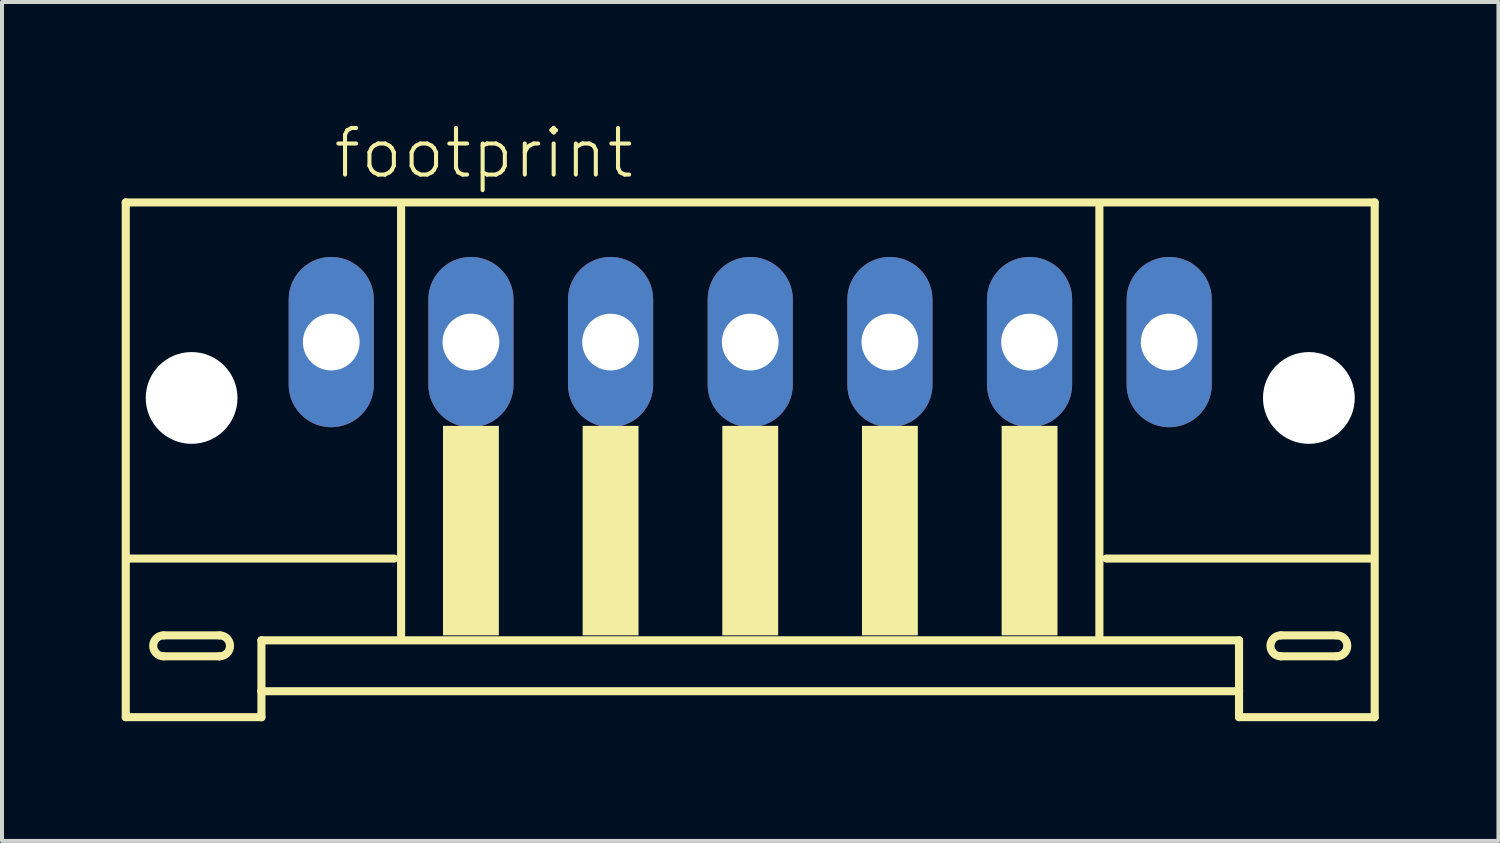
<source format=kicad_pcb>
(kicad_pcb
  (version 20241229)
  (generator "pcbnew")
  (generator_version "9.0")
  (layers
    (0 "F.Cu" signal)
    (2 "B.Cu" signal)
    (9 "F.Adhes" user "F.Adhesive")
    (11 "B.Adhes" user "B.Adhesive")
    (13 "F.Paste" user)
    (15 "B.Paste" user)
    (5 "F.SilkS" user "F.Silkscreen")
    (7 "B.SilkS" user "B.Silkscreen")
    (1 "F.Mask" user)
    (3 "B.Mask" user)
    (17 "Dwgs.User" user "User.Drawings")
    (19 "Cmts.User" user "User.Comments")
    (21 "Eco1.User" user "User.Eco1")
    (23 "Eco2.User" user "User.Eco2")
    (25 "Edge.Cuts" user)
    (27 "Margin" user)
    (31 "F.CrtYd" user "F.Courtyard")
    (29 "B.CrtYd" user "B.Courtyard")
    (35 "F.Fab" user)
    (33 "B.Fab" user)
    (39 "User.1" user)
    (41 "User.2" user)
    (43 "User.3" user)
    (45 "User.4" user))
  (footprint "footprint"
    (layer "F.Cu")
    (at 15.752 7.273)
    (property "Reference" "footprint" (at -10.5 -5.8 0) (layer "F.SilkS") (effects (font (size 1.168 1.168) (thickness 0.102)) (justify left bottom)))
    (fp_line (start -15.65 -5.25) (end -15.65 7.65) (stroke (width 0.203) (type solid)) (layer "F.SilkS"))
    (fp_line (start -15.65 7.65) (end -12.25 7.65) (stroke (width 0.203) (type solid)) (layer "F.SilkS"))
    (fp_line (start -14.7 5.6) (end -13.3 5.6) (stroke (width 0.203) (type solid)) (layer "F.SilkS"))
    (fp_line (start -13.3 6.125) (end -14.7 6.125) (stroke (width 0.203) (type solid)) (layer "F.SilkS"))
    (fp_line (start -12.25 5.725) (end 12.25 5.725) (stroke (width 0.203) (type solid)) (layer "F.SilkS"))
    (fp_line (start -12.25 7) (end -12.25 5.725) (stroke (width 0.203) (type solid)) (layer "F.SilkS"))
    (fp_line (start -12.25 7) (end 12.25 7) (stroke (width 0.203) (type solid)) (layer "F.SilkS"))
    (fp_line (start -12.25 7.65) (end -12.25 7) (stroke (width 0.203) (type solid)) (layer "F.SilkS"))
    (fp_line (start -8.925 3.675) (end -15.575 3.675) (stroke (width 0.203) (type solid)) (layer "F.SilkS"))
    (fp_line (start -8.75 -5.125) (end -8.75 5.6) (stroke (width 0.203) (type solid)) (layer "F.SilkS"))
    (fp_line (start 8.75 5.6) (end 8.75 -5.125) (stroke (width 0.203) (type solid)) (layer "F.SilkS"))
    (fp_line (start 12.25 5.725) (end 12.25 7) (stroke (width 0.203) (type solid)) (layer "F.SilkS"))
    (fp_line (start 12.25 7) (end 12.25 7.65) (stroke (width 0.203) (type solid)) (layer "F.SilkS"))
    (fp_line (start 12.25 7.65) (end 15.65 7.65) (stroke (width 0.203) (type solid)) (layer "F.SilkS"))
    (fp_line (start 13.3 5.6) (end 14.7 5.6) (stroke (width 0.203) (type solid)) (layer "F.SilkS"))
    (fp_line (start 14.7 6.125) (end 13.3 6.125) (stroke (width 0.203) (type solid)) (layer "F.SilkS"))
    (fp_line (start 15.575 3.675) (end 8.925 3.675) (stroke (width 0.203) (type solid)) (layer "F.SilkS"))
    (fp_line (start 15.65 -5.25) (end -15.65 -5.25) (stroke (width 0.203) (type solid)) (layer "F.SilkS"))
    (fp_line (start 15.65 7.65) (end 15.65 -5.25) (stroke (width 0.203) (type solid)) (layer "F.SilkS"))
    (fp_arc (start -14.7 6.125) (mid -14.9625 5.8625) (end -14.7 5.6) (stroke (width 0.2032) (type solid)) (layer "F.SilkS"))
    (fp_arc (start -13.3 5.6) (mid -13.0375 5.8625) (end -13.3 6.125) (stroke (width 0.2032) (type solid)) (layer "F.SilkS"))
    (fp_arc (start 13.3 6.125) (mid 13.0375 5.8625) (end 13.3 5.6) (stroke (width 0.2032) (type solid)) (layer "F.SilkS"))
    (fp_arc (start 14.7 5.6) (mid 14.9625 5.8625) (end 14.7 6.125) (stroke (width 0.2032) (type solid)) (layer "F.SilkS"))
    (fp_poly (pts (xy -7.7 5.6) (xy -6.3 5.6) (xy -6.3 0.35) (xy -7.7 0.35)) (stroke (width 0) (type solid)) (fill yes) (layer "F.SilkS"))
    (fp_poly (pts (xy -4.2 5.6) (xy -2.8 5.6) (xy -2.8 0.35) (xy -4.2 0.35)) (stroke (width 0) (type solid)) (fill yes) (layer "F.SilkS"))
    (fp_poly (pts (xy -0.7 5.6) (xy 0.7 5.6) (xy 0.7 0.35) (xy -0.7 0.35)) (stroke (width 0) (type solid)) (fill yes) (layer "F.SilkS"))
    (fp_poly (pts (xy 2.8 5.6) (xy 4.2 5.6) (xy 4.2 0.35) (xy 2.8 0.35)) (stroke (width 0) (type solid)) (fill yes) (layer "F.SilkS"))
    (fp_poly (pts (xy 6.3 5.6) (xy 7.7 5.6) (xy 7.7 0.35) (xy 6.3 0.35)) (stroke (width 0) (type solid)) (fill yes) (layer "F.SilkS"))
    (pad "" np_thru_hole circle (at -14 -0.35) (size 2.3 2.3) (drill 2.3) (layers "*.Cu" "*.Mask"))
    (pad "" np_thru_hole circle (at 14 -0.35) (size 2.3 2.3) (drill 2.3) (layers "*.Cu" "*.Mask"))
    (pad "1" thru_hole oval (at -10.5 -1.75 90) (size 4.267 2.134) (drill 1.422) (layers "*.Cu" "*.Mask"))
    (pad "2" thru_hole oval (at -7 -1.75 90) (size 4.267 2.134) (drill 1.422) (layers "*.Cu" "*.Mask"))
    (pad "3" thru_hole oval (at -3.5 -1.75 90) (size 4.267 2.134) (drill 1.422) (layers "*.Cu" "*.Mask"))
    (pad "4" thru_hole oval (at 0 -1.75 90) (size 4.267 2.134) (drill 1.422) (layers "*.Cu" "*.Mask"))
    (pad "5" thru_hole oval (at 3.5 -1.75 90) (size 4.267 2.134) (drill 1.422) (layers "*.Cu" "*.Mask"))
    (pad "6" thru_hole oval (at 7 -1.75 90) (size 4.267 2.134) (drill 1.422) (layers "*.Cu" "*.Mask"))
    (pad "7" thru_hole oval (at 10.5 -1.75 90) (size 4.267 2.134) (drill 1.422) (layers "*.Cu" "*.Mask")))
  (gr_rect
    (start -3 -3)
    (end 34.503 18.025)
    (stroke (width 0.1) (type default))
    (fill no)
    (layer "Edge.Cuts")))
</source>
